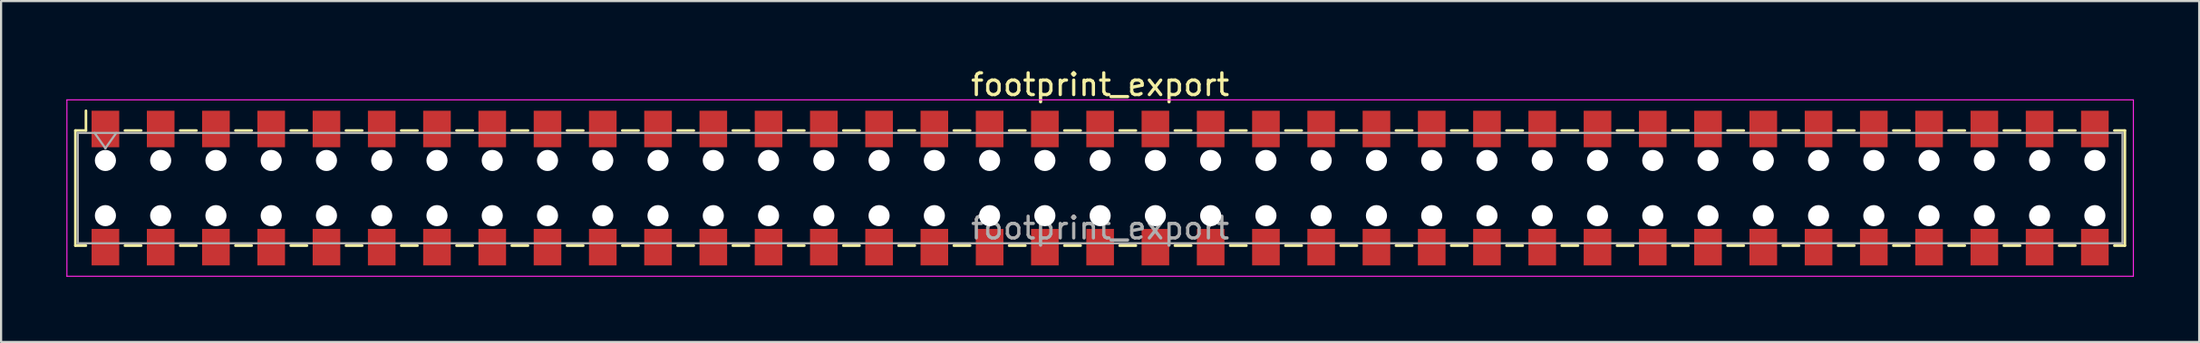
<source format=kicad_pcb>
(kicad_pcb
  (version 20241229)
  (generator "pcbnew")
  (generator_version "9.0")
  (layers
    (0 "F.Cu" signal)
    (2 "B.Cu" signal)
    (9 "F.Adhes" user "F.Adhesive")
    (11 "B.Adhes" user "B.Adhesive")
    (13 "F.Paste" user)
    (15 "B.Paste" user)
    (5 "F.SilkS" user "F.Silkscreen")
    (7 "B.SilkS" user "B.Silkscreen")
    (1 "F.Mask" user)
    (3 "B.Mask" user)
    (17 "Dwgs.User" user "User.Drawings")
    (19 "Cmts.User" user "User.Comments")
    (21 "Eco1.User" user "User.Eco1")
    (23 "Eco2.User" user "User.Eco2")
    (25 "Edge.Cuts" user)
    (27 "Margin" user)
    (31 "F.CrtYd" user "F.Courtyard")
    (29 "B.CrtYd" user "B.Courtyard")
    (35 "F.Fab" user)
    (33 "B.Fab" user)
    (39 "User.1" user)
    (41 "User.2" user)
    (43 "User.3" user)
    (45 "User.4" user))
  (footprint "footprint_export"
    (layer "F.Cu")
    (at 47.515 5.608)
    (property "Reference" "footprint_export" (at 0 -4.76 0) (layer "F.SilkS") (effects (font (size 1 1) (thickness 0.15))))
    (attr smd)
    (fp_line (start -47.1 -2.65) (end -47.1 2.65) (stroke (width 0.12) (type solid)) (layer "F.SilkS"))
    (fp_line (start -47.1 2.65) (end -46.615 2.65) (stroke (width 0.12) (type solid)) (layer "F.SilkS"))
    (fp_line (start -46.615 -3.56) (end -46.615 -2.65) (stroke (width 0.12) (type solid)) (layer "F.SilkS"))
    (fp_line (start -46.615 -2.65) (end -47.1 -2.65) (stroke (width 0.12) (type solid)) (layer "F.SilkS"))
    (fp_line (start -44.825 -2.65) (end -44.075 -2.65) (stroke (width 0.12) (type solid)) (layer "F.SilkS"))
    (fp_line (start -44.825 2.65) (end -44.075 2.65) (stroke (width 0.12) (type solid)) (layer "F.SilkS"))
    (fp_line (start -42.285 -2.65) (end -41.535 -2.65) (stroke (width 0.12) (type solid)) (layer "F.SilkS"))
    (fp_line (start -42.285 2.65) (end -41.535 2.65) (stroke (width 0.12) (type solid)) (layer "F.SilkS"))
    (fp_line (start -39.745 -2.65) (end -38.995 -2.65) (stroke (width 0.12) (type solid)) (layer "F.SilkS"))
    (fp_line (start -39.745 2.65) (end -38.995 2.65) (stroke (width 0.12) (type solid)) (layer "F.SilkS"))
    (fp_line (start -37.205 -2.65) (end -36.455 -2.65) (stroke (width 0.12) (type solid)) (layer "F.SilkS"))
    (fp_line (start -37.205 2.65) (end -36.455 2.65) (stroke (width 0.12) (type solid)) (layer "F.SilkS"))
    (fp_line (start -34.665 -2.65) (end -33.915 -2.65) (stroke (width 0.12) (type solid)) (layer "F.SilkS"))
    (fp_line (start -34.665 2.65) (end -33.915 2.65) (stroke (width 0.12) (type solid)) (layer "F.SilkS"))
    (fp_line (start -32.125 -2.65) (end -31.375 -2.65) (stroke (width 0.12) (type solid)) (layer "F.SilkS"))
    (fp_line (start -32.125 2.65) (end -31.375 2.65) (stroke (width 0.12) (type solid)) (layer "F.SilkS"))
    (fp_line (start -29.585 -2.65) (end -28.835 -2.65) (stroke (width 0.12) (type solid)) (layer "F.SilkS"))
    (fp_line (start -29.585 2.65) (end -28.835 2.65) (stroke (width 0.12) (type solid)) (layer "F.SilkS"))
    (fp_line (start -27.045 -2.65) (end -26.295 -2.65) (stroke (width 0.12) (type solid)) (layer "F.SilkS"))
    (fp_line (start -27.045 2.65) (end -26.295 2.65) (stroke (width 0.12) (type solid)) (layer "F.SilkS"))
    (fp_line (start -24.505 -2.65) (end -23.755 -2.65) (stroke (width 0.12) (type solid)) (layer "F.SilkS"))
    (fp_line (start -24.505 2.65) (end -23.755 2.65) (stroke (width 0.12) (type solid)) (layer "F.SilkS"))
    (fp_line (start -21.965 -2.65) (end -21.215 -2.65) (stroke (width 0.12) (type solid)) (layer "F.SilkS"))
    (fp_line (start -21.965 2.65) (end -21.215 2.65) (stroke (width 0.12) (type solid)) (layer "F.SilkS"))
    (fp_line (start -19.425 -2.65) (end -18.675 -2.65) (stroke (width 0.12) (type solid)) (layer "F.SilkS"))
    (fp_line (start -19.425 2.65) (end -18.675 2.65) (stroke (width 0.12) (type solid)) (layer "F.SilkS"))
    (fp_line (start -16.885 -2.65) (end -16.135 -2.65) (stroke (width 0.12) (type solid)) (layer "F.SilkS"))
    (fp_line (start -16.885 2.65) (end -16.135 2.65) (stroke (width 0.12) (type solid)) (layer "F.SilkS"))
    (fp_line (start -14.345 -2.65) (end -13.595 -2.65) (stroke (width 0.12) (type solid)) (layer "F.SilkS"))
    (fp_line (start -14.345 2.65) (end -13.595 2.65) (stroke (width 0.12) (type solid)) (layer "F.SilkS"))
    (fp_line (start -11.805 -2.65) (end -11.055 -2.65) (stroke (width 0.12) (type solid)) (layer "F.SilkS"))
    (fp_line (start -11.805 2.65) (end -11.055 2.65) (stroke (width 0.12) (type solid)) (layer "F.SilkS"))
    (fp_line (start -9.265 -2.65) (end -8.515 -2.65) (stroke (width 0.12) (type solid)) (layer "F.SilkS"))
    (fp_line (start -9.265 2.65) (end -8.515 2.65) (stroke (width 0.12) (type solid)) (layer "F.SilkS"))
    (fp_line (start -6.725 -2.65) (end -5.975 -2.65) (stroke (width 0.12) (type solid)) (layer "F.SilkS"))
    (fp_line (start -6.725 2.65) (end -5.975 2.65) (stroke (width 0.12) (type solid)) (layer "F.SilkS"))
    (fp_line (start -4.185 -2.65) (end -3.435 -2.65) (stroke (width 0.12) (type solid)) (layer "F.SilkS"))
    (fp_line (start -4.185 2.65) (end -3.435 2.65) (stroke (width 0.12) (type solid)) (layer "F.SilkS"))
    (fp_line (start -1.645 -2.65) (end -0.895 -2.65) (stroke (width 0.12) (type solid)) (layer "F.SilkS"))
    (fp_line (start -1.645 2.65) (end -0.895 2.65) (stroke (width 0.12) (type solid)) (layer "F.SilkS"))
    (fp_line (start 0.895 -2.65) (end 1.645 -2.65) (stroke (width 0.12) (type solid)) (layer "F.SilkS"))
    (fp_line (start 0.895 2.65) (end 1.645 2.65) (stroke (width 0.12) (type solid)) (layer "F.SilkS"))
    (fp_line (start 3.435 -2.65) (end 4.185 -2.65) (stroke (width 0.12) (type solid)) (layer "F.SilkS"))
    (fp_line (start 3.435 2.65) (end 4.185 2.65) (stroke (width 0.12) (type solid)) (layer "F.SilkS"))
    (fp_line (start 5.975 -2.65) (end 6.725 -2.65) (stroke (width 0.12) (type solid)) (layer "F.SilkS"))
    (fp_line (start 5.975 2.65) (end 6.725 2.65) (stroke (width 0.12) (type solid)) (layer "F.SilkS"))
    (fp_line (start 8.515 -2.65) (end 9.265 -2.65) (stroke (width 0.12) (type solid)) (layer "F.SilkS"))
    (fp_line (start 8.515 2.65) (end 9.265 2.65) (stroke (width 0.12) (type solid)) (layer "F.SilkS"))
    (fp_line (start 11.055 -2.65) (end 11.805 -2.65) (stroke (width 0.12) (type solid)) (layer "F.SilkS"))
    (fp_line (start 11.055 2.65) (end 11.805 2.65) (stroke (width 0.12) (type solid)) (layer "F.SilkS"))
    (fp_line (start 13.595 -2.65) (end 14.345 -2.65) (stroke (width 0.12) (type solid)) (layer "F.SilkS"))
    (fp_line (start 13.595 2.65) (end 14.345 2.65) (stroke (width 0.12) (type solid)) (layer "F.SilkS"))
    (fp_line (start 16.135 -2.65) (end 16.885 -2.65) (stroke (width 0.12) (type solid)) (layer "F.SilkS"))
    (fp_line (start 16.135 2.65) (end 16.885 2.65) (stroke (width 0.12) (type solid)) (layer "F.SilkS"))
    (fp_line (start 18.675 -2.65) (end 19.425 -2.65) (stroke (width 0.12) (type solid)) (layer "F.SilkS"))
    (fp_line (start 18.675 2.65) (end 19.425 2.65) (stroke (width 0.12) (type solid)) (layer "F.SilkS"))
    (fp_line (start 21.215 -2.65) (end 21.965 -2.65) (stroke (width 0.12) (type solid)) (layer "F.SilkS"))
    (fp_line (start 21.215 2.65) (end 21.965 2.65) (stroke (width 0.12) (type solid)) (layer "F.SilkS"))
    (fp_line (start 23.755 -2.65) (end 24.505 -2.65) (stroke (width 0.12) (type solid)) (layer "F.SilkS"))
    (fp_line (start 23.755 2.65) (end 24.505 2.65) (stroke (width 0.12) (type solid)) (layer "F.SilkS"))
    (fp_line (start 26.295 -2.65) (end 27.045 -2.65) (stroke (width 0.12) (type solid)) (layer "F.SilkS"))
    (fp_line (start 26.295 2.65) (end 27.045 2.65) (stroke (width 0.12) (type solid)) (layer "F.SilkS"))
    (fp_line (start 28.835 -2.65) (end 29.585 -2.65) (stroke (width 0.12) (type solid)) (layer "F.SilkS"))
    (fp_line (start 28.835 2.65) (end 29.585 2.65) (stroke (width 0.12) (type solid)) (layer "F.SilkS"))
    (fp_line (start 31.375 -2.65) (end 32.125 -2.65) (stroke (width 0.12) (type solid)) (layer "F.SilkS"))
    (fp_line (start 31.375 2.65) (end 32.125 2.65) (stroke (width 0.12) (type solid)) (layer "F.SilkS"))
    (fp_line (start 33.915 -2.65) (end 34.665 -2.65) (stroke (width 0.12) (type solid)) (layer "F.SilkS"))
    (fp_line (start 33.915 2.65) (end 34.665 2.65) (stroke (width 0.12) (type solid)) (layer "F.SilkS"))
    (fp_line (start 36.455 -2.65) (end 37.205 -2.65) (stroke (width 0.12) (type solid)) (layer "F.SilkS"))
    (fp_line (start 36.455 2.65) (end 37.205 2.65) (stroke (width 0.12) (type solid)) (layer "F.SilkS"))
    (fp_line (start 38.995 -2.65) (end 39.745 -2.65) (stroke (width 0.12) (type solid)) (layer "F.SilkS"))
    (fp_line (start 38.995 2.65) (end 39.745 2.65) (stroke (width 0.12) (type solid)) (layer "F.SilkS"))
    (fp_line (start 41.535 -2.65) (end 42.285 -2.65) (stroke (width 0.12) (type solid)) (layer "F.SilkS"))
    (fp_line (start 41.535 2.65) (end 42.285 2.65) (stroke (width 0.12) (type solid)) (layer "F.SilkS"))
    (fp_line (start 44.075 -2.65) (end 44.825 -2.65) (stroke (width 0.12) (type solid)) (layer "F.SilkS"))
    (fp_line (start 44.075 2.65) (end 44.825 2.65) (stroke (width 0.12) (type solid)) (layer "F.SilkS"))
    (fp_line (start 46.615 -2.65) (end 47.1 -2.65) (stroke (width 0.12) (type solid)) (layer "F.SilkS"))
    (fp_line (start 47.1 -2.65) (end 47.1 2.65) (stroke (width 0.12) (type solid)) (layer "F.SilkS"))
    (fp_line (start 47.1 2.65) (end 46.615 2.65) (stroke (width 0.12) (type solid)) (layer "F.SilkS"))
    (fp_line (start -47.49 -4.06) (end 47.49 -4.06) (stroke (width 0.05) (type solid)) (layer "F.CrtYd"))
    (fp_line (start -47.49 4.06) (end -47.49 -4.06) (stroke (width 0.05) (type solid)) (layer "F.CrtYd"))
    (fp_line (start 47.49 -4.06) (end 47.49 4.06) (stroke (width 0.05) (type solid)) (layer "F.CrtYd"))
    (fp_line (start 47.49 4.06) (end -47.49 4.06) (stroke (width 0.05) (type solid)) (layer "F.CrtYd"))
    (fp_line (start -46.99 -2.54) (end 46.99 -2.54) (stroke (width 0.1) (type solid)) (layer "F.Fab"))
    (fp_line (start -46.99 2.54) (end -46.99 -2.54) (stroke (width 0.1) (type solid)) (layer "F.Fab"))
    (fp_line (start -46.22 -2.54) (end -45.72 -1.833) (stroke (width 0.1) (type solid)) (layer "F.Fab"))
    (fp_line (start -45.72 -1.833) (end -45.22 -2.54) (stroke (width 0.1) (type solid)) (layer "F.Fab"))
    (fp_line (start 46.99 -2.54) (end 46.99 2.54) (stroke (width 0.1) (type solid)) (layer "F.Fab"))
    (fp_line (start 46.99 2.54) (end -46.99 2.54) (stroke (width 0.1) (type solid)) (layer "F.Fab"))
    (fp_text user "${REFERENCE}" (at 0 1.84 0) (layer "F.Fab") (effects (font (size 1 1) (thickness 0.15))))
    (pad "" np_thru_hole circle (at -45.72 -1.27) (size 0.97 0.97) (drill 0.97) (layers "*.Cu" "*.Mask"))
    (pad "" np_thru_hole circle (at -45.72 1.27) (size 0.97 0.97) (drill 0.97) (layers "*.Cu" "*.Mask"))
    (pad "" np_thru_hole circle (at -43.18 -1.27) (size 0.97 0.97) (drill 0.97) (layers "*.Cu" "*.Mask"))
    (pad "" np_thru_hole circle (at -43.18 1.27) (size 0.97 0.97) (drill 0.97) (layers "*.Cu" "*.Mask"))
    (pad "" np_thru_hole circle (at -40.64 -1.27) (size 0.97 0.97) (drill 0.97) (layers "*.Cu" "*.Mask"))
    (pad "" np_thru_hole circle (at -40.64 1.27) (size 0.97 0.97) (drill 0.97) (layers "*.Cu" "*.Mask"))
    (pad "" np_thru_hole circle (at -38.1 -1.27) (size 0.97 0.97) (drill 0.97) (layers "*.Cu" "*.Mask"))
    (pad "" np_thru_hole circle (at -38.1 1.27) (size 0.97 0.97) (drill 0.97) (layers "*.Cu" "*.Mask"))
    (pad "" np_thru_hole circle (at -35.56 -1.27) (size 0.97 0.97) (drill 0.97) (layers "*.Cu" "*.Mask"))
    (pad "" np_thru_hole circle (at -35.56 1.27) (size 0.97 0.97) (drill 0.97) (layers "*.Cu" "*.Mask"))
    (pad "" np_thru_hole circle (at -33.02 -1.27) (size 0.97 0.97) (drill 0.97) (layers "*.Cu" "*.Mask"))
    (pad "" np_thru_hole circle (at -33.02 1.27) (size 0.97 0.97) (drill 0.97) (layers "*.Cu" "*.Mask"))
    (pad "" np_thru_hole circle (at -30.48 -1.27) (size 0.97 0.97) (drill 0.97) (layers "*.Cu" "*.Mask"))
    (pad "" np_thru_hole circle (at -30.48 1.27) (size 0.97 0.97) (drill 0.97) (layers "*.Cu" "*.Mask"))
    (pad "" np_thru_hole circle (at -27.94 -1.27) (size 0.97 0.97) (drill 0.97) (layers "*.Cu" "*.Mask"))
    (pad "" np_thru_hole circle (at -27.94 1.27) (size 0.97 0.97) (drill 0.97) (layers "*.Cu" "*.Mask"))
    (pad "" np_thru_hole circle (at -25.4 -1.27) (size 0.97 0.97) (drill 0.97) (layers "*.Cu" "*.Mask"))
    (pad "" np_thru_hole circle (at -25.4 1.27) (size 0.97 0.97) (drill 0.97) (layers "*.Cu" "*.Mask"))
    (pad "" np_thru_hole circle (at -22.86 -1.27) (size 0.97 0.97) (drill 0.97) (layers "*.Cu" "*.Mask"))
    (pad "" np_thru_hole circle (at -22.86 1.27) (size 0.97 0.97) (drill 0.97) (layers "*.Cu" "*.Mask"))
    (pad "" np_thru_hole circle (at -20.32 -1.27) (size 0.97 0.97) (drill 0.97) (layers "*.Cu" "*.Mask"))
    (pad "" np_thru_hole circle (at -20.32 1.27) (size 0.97 0.97) (drill 0.97) (layers "*.Cu" "*.Mask"))
    (pad "" np_thru_hole circle (at -17.78 -1.27) (size 0.97 0.97) (drill 0.97) (layers "*.Cu" "*.Mask"))
    (pad "" np_thru_hole circle (at -17.78 1.27) (size 0.97 0.97) (drill 0.97) (layers "*.Cu" "*.Mask"))
    (pad "" np_thru_hole circle (at -15.24 -1.27) (size 0.97 0.97) (drill 0.97) (layers "*.Cu" "*.Mask"))
    (pad "" np_thru_hole circle (at -15.24 1.27) (size 0.97 0.97) (drill 0.97) (layers "*.Cu" "*.Mask"))
    (pad "" np_thru_hole circle (at -12.7 -1.27) (size 0.97 0.97) (drill 0.97) (layers "*.Cu" "*.Mask"))
    (pad "" np_thru_hole circle (at -12.7 1.27) (size 0.97 0.97) (drill 0.97) (layers "*.Cu" "*.Mask"))
    (pad "" np_thru_hole circle (at -10.16 -1.27) (size 0.97 0.97) (drill 0.97) (layers "*.Cu" "*.Mask"))
    (pad "" np_thru_hole circle (at -10.16 1.27) (size 0.97 0.97) (drill 0.97) (layers "*.Cu" "*.Mask"))
    (pad "" np_thru_hole circle (at -7.62 -1.27) (size 0.97 0.97) (drill 0.97) (layers "*.Cu" "*.Mask"))
    (pad "" np_thru_hole circle (at -7.62 1.27) (size 0.97 0.97) (drill 0.97) (layers "*.Cu" "*.Mask"))
    (pad "" np_thru_hole circle (at -5.08 -1.27) (size 0.97 0.97) (drill 0.97) (layers "*.Cu" "*.Mask"))
    (pad "" np_thru_hole circle (at -5.08 1.27) (size 0.97 0.97) (drill 0.97) (layers "*.Cu" "*.Mask"))
    (pad "" np_thru_hole circle (at -2.54 -1.27) (size 0.97 0.97) (drill 0.97) (layers "*.Cu" "*.Mask"))
    (pad "" np_thru_hole circle (at -2.54 1.27) (size 0.97 0.97) (drill 0.97) (layers "*.Cu" "*.Mask"))
    (pad "" np_thru_hole circle (at 0 -1.27) (size 0.97 0.97) (drill 0.97) (layers "*.Cu" "*.Mask"))
    (pad "" np_thru_hole circle (at 0 1.27) (size 0.97 0.97) (drill 0.97) (layers "*.Cu" "*.Mask"))
    (pad "" np_thru_hole circle (at 2.54 -1.27) (size 0.97 0.97) (drill 0.97) (layers "*.Cu" "*.Mask"))
    (pad "" np_thru_hole circle (at 2.54 1.27) (size 0.97 0.97) (drill 0.97) (layers "*.Cu" "*.Mask"))
    (pad "" np_thru_hole circle (at 5.08 -1.27) (size 0.97 0.97) (drill 0.97) (layers "*.Cu" "*.Mask"))
    (pad "" np_thru_hole circle (at 5.08 1.27) (size 0.97 0.97) (drill 0.97) (layers "*.Cu" "*.Mask"))
    (pad "" np_thru_hole circle (at 7.62 -1.27) (size 0.97 0.97) (drill 0.97) (layers "*.Cu" "*.Mask"))
    (pad "" np_thru_hole circle (at 7.62 1.27) (size 0.97 0.97) (drill 0.97) (layers "*.Cu" "*.Mask"))
    (pad "" np_thru_hole circle (at 10.16 -1.27) (size 0.97 0.97) (drill 0.97) (layers "*.Cu" "*.Mask"))
    (pad "" np_thru_hole circle (at 10.16 1.27) (size 0.97 0.97) (drill 0.97) (layers "*.Cu" "*.Mask"))
    (pad "" np_thru_hole circle (at 12.7 -1.27) (size 0.97 0.97) (drill 0.97) (layers "*.Cu" "*.Mask"))
    (pad "" np_thru_hole circle (at 12.7 1.27) (size 0.97 0.97) (drill 0.97) (layers "*.Cu" "*.Mask"))
    (pad "" np_thru_hole circle (at 15.24 -1.27) (size 0.97 0.97) (drill 0.97) (layers "*.Cu" "*.Mask"))
    (pad "" np_thru_hole circle (at 15.24 1.27) (size 0.97 0.97) (drill 0.97) (layers "*.Cu" "*.Mask"))
    (pad "" np_thru_hole circle (at 17.78 -1.27) (size 0.97 0.97) (drill 0.97) (layers "*.Cu" "*.Mask"))
    (pad "" np_thru_hole circle (at 17.78 1.27) (size 0.97 0.97) (drill 0.97) (layers "*.Cu" "*.Mask"))
    (pad "" np_thru_hole circle (at 20.32 -1.27) (size 0.97 0.97) (drill 0.97) (layers "*.Cu" "*.Mask"))
    (pad "" np_thru_hole circle (at 20.32 1.27) (size 0.97 0.97) (drill 0.97) (layers "*.Cu" "*.Mask"))
    (pad "" np_thru_hole circle (at 22.86 -1.27) (size 0.97 0.97) (drill 0.97) (layers "*.Cu" "*.Mask"))
    (pad "" np_thru_hole circle (at 22.86 1.27) (size 0.97 0.97) (drill 0.97) (layers "*.Cu" "*.Mask"))
    (pad "" np_thru_hole circle (at 25.4 -1.27) (size 0.97 0.97) (drill 0.97) (layers "*.Cu" "*.Mask"))
    (pad "" np_thru_hole circle (at 25.4 1.27) (size 0.97 0.97) (drill 0.97) (layers "*.Cu" "*.Mask"))
    (pad "" np_thru_hole circle (at 27.94 -1.27) (size 0.97 0.97) (drill 0.97) (layers "*.Cu" "*.Mask"))
    (pad "" np_thru_hole circle (at 27.94 1.27) (size 0.97 0.97) (drill 0.97) (layers "*.Cu" "*.Mask"))
    (pad "" np_thru_hole circle (at 30.48 -1.27) (size 0.97 0.97) (drill 0.97) (layers "*.Cu" "*.Mask"))
    (pad "" np_thru_hole circle (at 30.48 1.27) (size 0.97 0.97) (drill 0.97) (layers "*.Cu" "*.Mask"))
    (pad "" np_thru_hole circle (at 33.02 -1.27) (size 0.97 0.97) (drill 0.97) (layers "*.Cu" "*.Mask"))
    (pad "" np_thru_hole circle (at 33.02 1.27) (size 0.97 0.97) (drill 0.97) (layers "*.Cu" "*.Mask"))
    (pad "" np_thru_hole circle (at 35.56 -1.27) (size 0.97 0.97) (drill 0.97) (layers "*.Cu" "*.Mask"))
    (pad "" np_thru_hole circle (at 35.56 1.27) (size 0.97 0.97) (drill 0.97) (layers "*.Cu" "*.Mask"))
    (pad "" np_thru_hole circle (at 38.1 -1.27) (size 0.97 0.97) (drill 0.97) (layers "*.Cu" "*.Mask"))
    (pad "" np_thru_hole circle (at 38.1 1.27) (size 0.97 0.97) (drill 0.97) (layers "*.Cu" "*.Mask"))
    (pad "" np_thru_hole circle (at 40.64 -1.27) (size 0.97 0.97) (drill 0.97) (layers "*.Cu" "*.Mask"))
    (pad "" np_thru_hole circle (at 40.64 1.27) (size 0.97 0.97) (drill 0.97) (layers "*.Cu" "*.Mask"))
    (pad "" np_thru_hole circle (at 43.18 -1.27) (size 0.97 0.97) (drill 0.97) (layers "*.Cu" "*.Mask"))
    (pad "" np_thru_hole circle (at 43.18 1.27) (size 0.97 0.97) (drill 0.97) (layers "*.Cu" "*.Mask"))
    (pad "" np_thru_hole circle (at 45.72 -1.27) (size 0.97 0.97) (drill 0.97) (layers "*.Cu" "*.Mask"))
    (pad "" np_thru_hole circle (at 45.72 1.27) (size 0.97 0.97) (drill 0.97) (layers "*.Cu" "*.Mask"))
    (pad "1" smd rect (at -45.72 -2.72) (size 1.27 1.68) (layers "F.Cu" "F.Mask" "F.Paste"))
    (pad "2" smd rect (at -45.72 2.72) (size 1.27 1.68) (layers "F.Cu" "F.Mask" "F.Paste"))
    (pad "3" smd rect (at -43.18 -2.72) (size 1.27 1.68) (layers "F.Cu" "F.Mask" "F.Paste"))
    (pad "4" smd rect (at -43.18 2.72) (size 1.27 1.68) (layers "F.Cu" "F.Mask" "F.Paste"))
    (pad "5" smd rect (at -40.64 -2.72) (size 1.27 1.68) (layers "F.Cu" "F.Mask" "F.Paste"))
    (pad "6" smd rect (at -40.64 2.72) (size 1.27 1.68) (layers "F.Cu" "F.Mask" "F.Paste"))
    (pad "7" smd rect (at -38.1 -2.72) (size 1.27 1.68) (layers "F.Cu" "F.Mask" "F.Paste"))
    (pad "8" smd rect (at -38.1 2.72) (size 1.27 1.68) (layers "F.Cu" "F.Mask" "F.Paste"))
    (pad "9" smd rect (at -35.56 -2.72) (size 1.27 1.68) (layers "F.Cu" "F.Mask" "F.Paste"))
    (pad "10" smd rect (at -35.56 2.72) (size 1.27 1.68) (layers "F.Cu" "F.Mask" "F.Paste"))
    (pad "11" smd rect (at -33.02 -2.72) (size 1.27 1.68) (layers "F.Cu" "F.Mask" "F.Paste"))
    (pad "12" smd rect (at -33.02 2.72) (size 1.27 1.68) (layers "F.Cu" "F.Mask" "F.Paste"))
    (pad "13" smd rect (at -30.48 -2.72) (size 1.27 1.68) (layers "F.Cu" "F.Mask" "F.Paste"))
    (pad "14" smd rect (at -30.48 2.72) (size 1.27 1.68) (layers "F.Cu" "F.Mask" "F.Paste"))
    (pad "15" smd rect (at -27.94 -2.72) (size 1.27 1.68) (layers "F.Cu" "F.Mask" "F.Paste"))
    (pad "16" smd rect (at -27.94 2.72) (size 1.27 1.68) (layers "F.Cu" "F.Mask" "F.Paste"))
    (pad "17" smd rect (at -25.4 -2.72) (size 1.27 1.68) (layers "F.Cu" "F.Mask" "F.Paste"))
    (pad "18" smd rect (at -25.4 2.72) (size 1.27 1.68) (layers "F.Cu" "F.Mask" "F.Paste"))
    (pad "19" smd rect (at -22.86 -2.72) (size 1.27 1.68) (layers "F.Cu" "F.Mask" "F.Paste"))
    (pad "20" smd rect (at -22.86 2.72) (size 1.27 1.68) (layers "F.Cu" "F.Mask" "F.Paste"))
    (pad "21" smd rect (at -20.32 -2.72) (size 1.27 1.68) (layers "F.Cu" "F.Mask" "F.Paste"))
    (pad "22" smd rect (at -20.32 2.72) (size 1.27 1.68) (layers "F.Cu" "F.Mask" "F.Paste"))
    (pad "23" smd rect (at -17.78 -2.72) (size 1.27 1.68) (layers "F.Cu" "F.Mask" "F.Paste"))
    (pad "24" smd rect (at -17.78 2.72) (size 1.27 1.68) (layers "F.Cu" "F.Mask" "F.Paste"))
    (pad "25" smd rect (at -15.24 -2.72) (size 1.27 1.68) (layers "F.Cu" "F.Mask" "F.Paste"))
    (pad "26" smd rect (at -15.24 2.72) (size 1.27 1.68) (layers "F.Cu" "F.Mask" "F.Paste"))
    (pad "27" smd rect (at -12.7 -2.72) (size 1.27 1.68) (layers "F.Cu" "F.Mask" "F.Paste"))
    (pad "28" smd rect (at -12.7 2.72) (size 1.27 1.68) (layers "F.Cu" "F.Mask" "F.Paste"))
    (pad "29" smd rect (at -10.16 -2.72) (size 1.27 1.68) (layers "F.Cu" "F.Mask" "F.Paste"))
    (pad "30" smd rect (at -10.16 2.72) (size 1.27 1.68) (layers "F.Cu" "F.Mask" "F.Paste"))
    (pad "31" smd rect (at -7.62 -2.72) (size 1.27 1.68) (layers "F.Cu" "F.Mask" "F.Paste"))
    (pad "32" smd rect (at -7.62 2.72) (size 1.27 1.68) (layers "F.Cu" "F.Mask" "F.Paste"))
    (pad "33" smd rect (at -5.08 -2.72) (size 1.27 1.68) (layers "F.Cu" "F.Mask" "F.Paste"))
    (pad "34" smd rect (at -5.08 2.72) (size 1.27 1.68) (layers "F.Cu" "F.Mask" "F.Paste"))
    (pad "35" smd rect (at -2.54 -2.72) (size 1.27 1.68) (layers "F.Cu" "F.Mask" "F.Paste"))
    (pad "36" smd rect (at -2.54 2.72) (size 1.27 1.68) (layers "F.Cu" "F.Mask" "F.Paste"))
    (pad "37" smd rect (at 0 -2.72) (size 1.27 1.68) (layers "F.Cu" "F.Mask" "F.Paste"))
    (pad "38" smd rect (at 0 2.72) (size 1.27 1.68) (layers "F.Cu" "F.Mask" "F.Paste"))
    (pad "39" smd rect (at 2.54 -2.72) (size 1.27 1.68) (layers "F.Cu" "F.Mask" "F.Paste"))
    (pad "40" smd rect (at 2.54 2.72) (size 1.27 1.68) (layers "F.Cu" "F.Mask" "F.Paste"))
    (pad "41" smd rect (at 5.08 -2.72) (size 1.27 1.68) (layers "F.Cu" "F.Mask" "F.Paste"))
    (pad "42" smd rect (at 5.08 2.72) (size 1.27 1.68) (layers "F.Cu" "F.Mask" "F.Paste"))
    (pad "43" smd rect (at 7.62 -2.72) (size 1.27 1.68) (layers "F.Cu" "F.Mask" "F.Paste"))
    (pad "44" smd rect (at 7.62 2.72) (size 1.27 1.68) (layers "F.Cu" "F.Mask" "F.Paste"))
    (pad "45" smd rect (at 10.16 -2.72) (size 1.27 1.68) (layers "F.Cu" "F.Mask" "F.Paste"))
    (pad "46" smd rect (at 10.16 2.72) (size 1.27 1.68) (layers "F.Cu" "F.Mask" "F.Paste"))
    (pad "47" smd rect (at 12.7 -2.72) (size 1.27 1.68) (layers "F.Cu" "F.Mask" "F.Paste"))
    (pad "48" smd rect (at 12.7 2.72) (size 1.27 1.68) (layers "F.Cu" "F.Mask" "F.Paste"))
    (pad "49" smd rect (at 15.24 -2.72) (size 1.27 1.68) (layers "F.Cu" "F.Mask" "F.Paste"))
    (pad "50" smd rect (at 15.24 2.72) (size 1.27 1.68) (layers "F.Cu" "F.Mask" "F.Paste"))
    (pad "51" smd rect (at 17.78 -2.72) (size 1.27 1.68) (layers "F.Cu" "F.Mask" "F.Paste"))
    (pad "52" smd rect (at 17.78 2.72) (size 1.27 1.68) (layers "F.Cu" "F.Mask" "F.Paste"))
    (pad "53" smd rect (at 20.32 -2.72) (size 1.27 1.68) (layers "F.Cu" "F.Mask" "F.Paste"))
    (pad "54" smd rect (at 20.32 2.72) (size 1.27 1.68) (layers "F.Cu" "F.Mask" "F.Paste"))
    (pad "55" smd rect (at 22.86 -2.72) (size 1.27 1.68) (layers "F.Cu" "F.Mask" "F.Paste"))
    (pad "56" smd rect (at 22.86 2.72) (size 1.27 1.68) (layers "F.Cu" "F.Mask" "F.Paste"))
    (pad "57" smd rect (at 25.4 -2.72) (size 1.27 1.68) (layers "F.Cu" "F.Mask" "F.Paste"))
    (pad "58" smd rect (at 25.4 2.72) (size 1.27 1.68) (layers "F.Cu" "F.Mask" "F.Paste"))
    (pad "59" smd rect (at 27.94 -2.72) (size 1.27 1.68) (layers "F.Cu" "F.Mask" "F.Paste"))
    (pad "60" smd rect (at 27.94 2.72) (size 1.27 1.68) (layers "F.Cu" "F.Mask" "F.Paste"))
    (pad "61" smd rect (at 30.48 -2.72) (size 1.27 1.68) (layers "F.Cu" "F.Mask" "F.Paste"))
    (pad "62" smd rect (at 30.48 2.72) (size 1.27 1.68) (layers "F.Cu" "F.Mask" "F.Paste"))
    (pad "63" smd rect (at 33.02 -2.72) (size 1.27 1.68) (layers "F.Cu" "F.Mask" "F.Paste"))
    (pad "64" smd rect (at 33.02 2.72) (size 1.27 1.68) (layers "F.Cu" "F.Mask" "F.Paste"))
    (pad "65" smd rect (at 35.56 -2.72) (size 1.27 1.68) (layers "F.Cu" "F.Mask" "F.Paste"))
    (pad "66" smd rect (at 35.56 2.72) (size 1.27 1.68) (layers "F.Cu" "F.Mask" "F.Paste"))
    (pad "67" smd rect (at 38.1 -2.72) (size 1.27 1.68) (layers "F.Cu" "F.Mask" "F.Paste"))
    (pad "68" smd rect (at 38.1 2.72) (size 1.27 1.68) (layers "F.Cu" "F.Mask" "F.Paste"))
    (pad "69" smd rect (at 40.64 -2.72) (size 1.27 1.68) (layers "F.Cu" "F.Mask" "F.Paste"))
    (pad "70" smd rect (at 40.64 2.72) (size 1.27 1.68) (layers "F.Cu" "F.Mask" "F.Paste"))
    (pad "71" smd rect (at 43.18 -2.72) (size 1.27 1.68) (layers "F.Cu" "F.Mask" "F.Paste"))
    (pad "72" smd rect (at 43.18 2.72) (size 1.27 1.68) (layers "F.Cu" "F.Mask" "F.Paste"))
    (pad "73" smd rect (at 45.72 -2.72) (size 1.27 1.68) (layers "F.Cu" "F.Mask" "F.Paste"))
    (pad "74" smd rect (at 45.72 2.72) (size 1.27 1.68) (layers "F.Cu" "F.Mask" "F.Paste")))
  (gr_rect
    (start -3 -3)
    (end 98.03 12.693)
    (stroke (width 0.1) (type default))
    (fill no)
    (layer "Edge.Cuts")))
</source>
